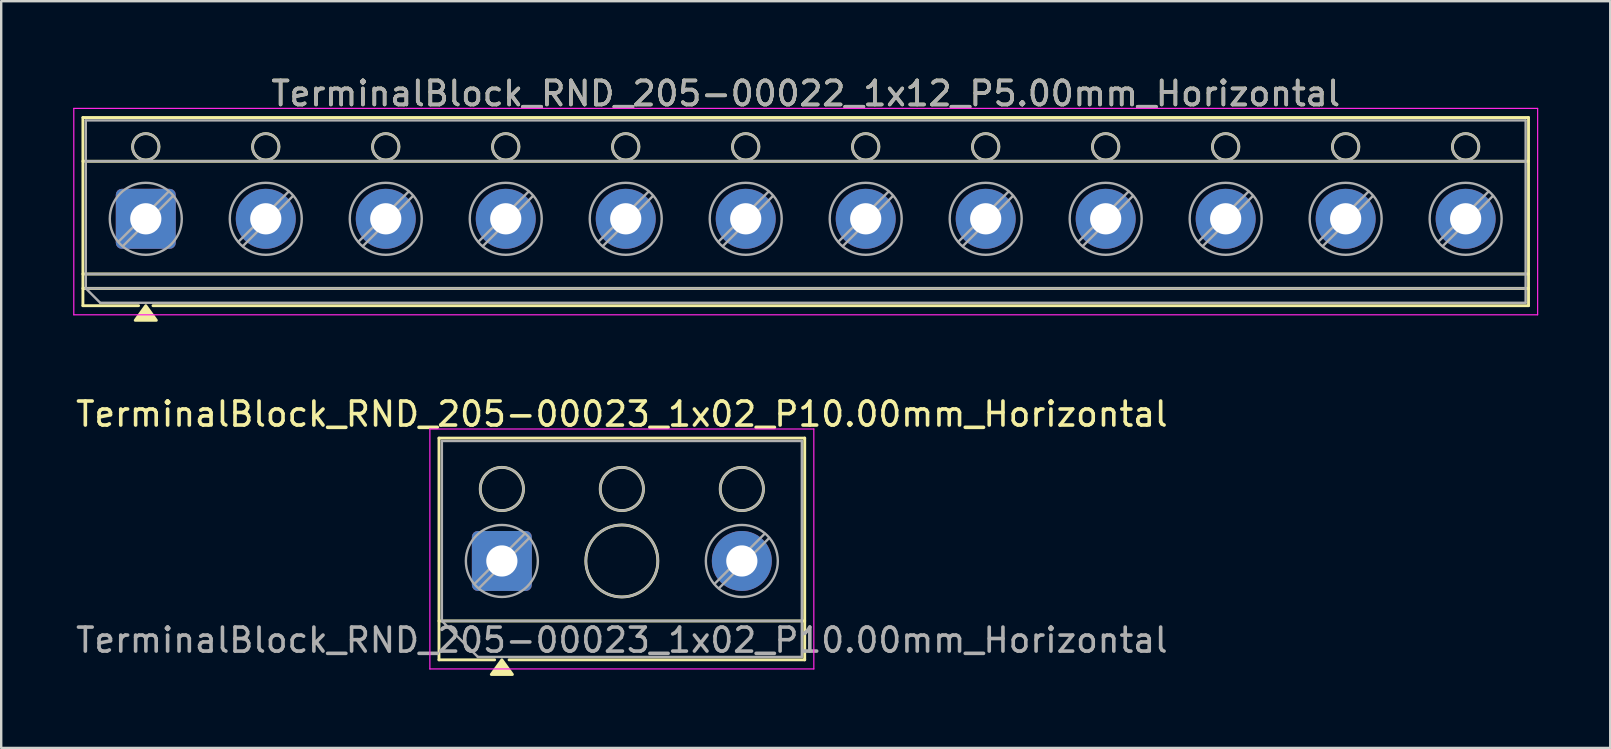
<source format=kicad_pcb>
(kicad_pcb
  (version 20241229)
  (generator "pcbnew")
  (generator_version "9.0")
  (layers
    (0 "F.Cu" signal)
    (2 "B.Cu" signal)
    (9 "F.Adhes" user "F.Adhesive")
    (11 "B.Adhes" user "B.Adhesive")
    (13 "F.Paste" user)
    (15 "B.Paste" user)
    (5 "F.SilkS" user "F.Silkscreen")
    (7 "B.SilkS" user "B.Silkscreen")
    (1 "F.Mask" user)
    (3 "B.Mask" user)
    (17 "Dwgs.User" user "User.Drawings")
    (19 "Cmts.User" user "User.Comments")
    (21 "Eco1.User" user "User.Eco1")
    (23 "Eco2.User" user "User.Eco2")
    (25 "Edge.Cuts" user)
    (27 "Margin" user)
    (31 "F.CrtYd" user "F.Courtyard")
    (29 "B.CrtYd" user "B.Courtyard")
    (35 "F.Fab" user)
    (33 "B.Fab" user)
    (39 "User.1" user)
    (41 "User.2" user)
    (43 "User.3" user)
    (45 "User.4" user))
  (footprint "TerminalBlock_RND_205-00023_1x02_P10.00mm_Horizontal"
    (layer "F.Cu")
    (at 17.863 20.326)
    (property "Reference" "TerminalBlock_RND_205-00023_1x02_P10.00mm_Horizontal" (at 5 -6.12 0) (layer "F.SilkS") (effects (font (size 1 1) (thickness 0.15))))
    (attr through_hole)
    (fp_line (start -2.62 -5.12) (end -2.62 4.12) (stroke (width 0.12) (type solid)) (layer "F.SilkS"))
    (fp_line (start -2.62 -5.12) (end 12.62 -5.12) (stroke (width 0.12) (type solid)) (layer "F.SilkS"))
    (fp_line (start -2.62 2.5) (end 12.62 2.5) (stroke (width 0.12) (type solid)) (layer "F.SilkS"))
    (fp_line (start -2.62 4.12) (end -0.3 4.12) (stroke (width 0.12) (type solid)) (layer "F.SilkS"))
    (fp_line (start 0.3 4.12) (end 12.62 4.12) (stroke (width 0.12) (type solid)) (layer "F.SilkS"))
    (fp_line (start 12.62 -5.12) (end 12.62 4.12) (stroke (width 0.12) (type solid)) (layer "F.SilkS"))
    (fp_circle (center 0 -3) (end 0.9 -3) (stroke (width 0.12) (type solid)) (fill no) (layer "F.SilkS"))
    (fp_circle (center 5 -3) (end 5.9 -3) (stroke (width 0.12) (type solid)) (fill no) (layer "F.SilkS"))
    (fp_circle (center 5 0) (end 6.5 0) (stroke (width 0.12) (type solid)) (fill no) (layer "F.SilkS"))
    (fp_circle (center 10 -3) (end 10.9 -3) (stroke (width 0.12) (type solid)) (fill no) (layer "F.SilkS"))
    (fp_poly (pts (xy 0 4.12) (xy 0.44 4.73) (xy -0.44 4.73)) (stroke (width 0.12) (type solid)) (fill yes) (layer "F.SilkS"))
    (fp_line (start -3 -5.5) (end -3 4.5) (stroke (width 0.05) (type solid)) (layer "F.CrtYd"))
    (fp_line (start -3 4.5) (end 13 4.5) (stroke (width 0.05) (type solid)) (layer "F.CrtYd"))
    (fp_line (start 13 -5.5) (end -3 -5.5) (stroke (width 0.05) (type solid)) (layer "F.CrtYd"))
    (fp_line (start 13 4.5) (end 13 -5.5) (stroke (width 0.05) (type solid)) (layer "F.CrtYd"))
    (fp_line (start -2.5 -5) (end 12.5 -5) (stroke (width 0.1) (type solid)) (layer "F.Fab"))
    (fp_line (start -2.5 2.5) (end -2.5 -5) (stroke (width 0.1) (type solid)) (layer "F.Fab"))
    (fp_line (start -2.5 2.5) (end 12.5 2.5) (stroke (width 0.1) (type solid)) (layer "F.Fab"))
    (fp_line (start -1 4) (end -2.5 2.5) (stroke (width 0.1) (type solid)) (layer "F.Fab"))
    (fp_line (start 0.955 -1.138) (end -1.138 0.955) (stroke (width 0.1) (type solid)) (layer "F.Fab"))
    (fp_line (start 1.138 -0.955) (end -0.955 1.138) (stroke (width 0.1) (type solid)) (layer "F.Fab"))
    (fp_line (start 10.955 -1.138) (end 8.862 0.955) (stroke (width 0.1) (type solid)) (layer "F.Fab"))
    (fp_line (start 11.138 -0.955) (end 9.045 1.138) (stroke (width 0.1) (type solid)) (layer "F.Fab"))
    (fp_line (start 12.5 -5) (end 12.5 4) (stroke (width 0.1) (type solid)) (layer "F.Fab"))
    (fp_line (start 12.5 4) (end -1 4) (stroke (width 0.1) (type solid)) (layer "F.Fab"))
    (fp_circle (center 0 -3) (end 0.9 -3) (stroke (width 0.1) (type solid)) (fill no) (layer "F.Fab"))
    (fp_circle (center 0 0) (end 1.5 0) (stroke (width 0.1) (type solid)) (fill no) (layer "F.Fab"))
    (fp_circle (center 5 -3) (end 5.9 -3) (stroke (width 0.1) (type solid)) (fill no) (layer "F.Fab"))
    (fp_circle (center 5 0) (end 6.5 0) (stroke (width 0.1) (type solid)) (fill no) (layer "F.Fab"))
    (fp_circle (center 10 -3) (end 10.9 -3) (stroke (width 0.1) (type solid)) (fill no) (layer "F.Fab"))
    (fp_circle (center 10 0) (end 11.5 0) (stroke (width 0.1) (type solid)) (fill no) (layer "F.Fab"))
    (fp_text user "${REFERENCE}" (at 5 3.3 0) (layer "F.Fab") (effects (font (size 1 1) (thickness 0.15))))
    (pad "1" thru_hole roundrect (at 0 0) (size 2.5 2.5) (drill 1.3) (layers "*.Cu" "*.Mask") (roundrect_rratio 0.1))
    (pad "2" thru_hole circle (at 10 0) (size 2.5 2.5) (drill 1.3) (layers "*.Cu" "*.Mask")))
  (footprint "TerminalBlock_RND_205-00022_1x12_P5.00mm_Horizontal"
    (layer "F.Cu")
    (at 3.025 6.068)
    (property "Reference" "TerminalBlock_RND_205-00022_1x12_P5.00mm_Horizontal" (at 27.5 -5.22 0) (layer "F.SilkS") (effects (font (size 1 1) (thickness 0.15))))
    (attr through_hole)
    (fp_line (start -2.62 -4.22) (end -2.62 3.62) (stroke (width 0.12) (type solid)) (layer "F.SilkS"))
    (fp_line (start -2.62 -4.22) (end 57.62 -4.22) (stroke (width 0.12) (type solid)) (layer "F.SilkS"))
    (fp_line (start -2.62 -2.4) (end 57.62 -2.4) (stroke (width 0.12) (type solid)) (layer "F.SilkS"))
    (fp_line (start -2.62 2.3) (end 57.62 2.3) (stroke (width 0.12) (type solid)) (layer "F.SilkS"))
    (fp_line (start -2.62 2.9) (end 57.62 2.9) (stroke (width 0.12) (type solid)) (layer "F.SilkS"))
    (fp_line (start -2.62 3.62) (end -0.3 3.62) (stroke (width 0.12) (type solid)) (layer "F.SilkS"))
    (fp_line (start 0.3 3.62) (end 57.62 3.62) (stroke (width 0.12) (type solid)) (layer "F.SilkS"))
    (fp_line (start 57.62 -4.22) (end 57.62 3.62) (stroke (width 0.12) (type solid)) (layer "F.SilkS"))
    (fp_circle (center 0 -3) (end 0.55 -3) (stroke (width 0.12) (type solid)) (fill no) (layer "F.SilkS"))
    (fp_circle (center 5 -3) (end 5.55 -3) (stroke (width 0.12) (type solid)) (fill no) (layer "F.SilkS"))
    (fp_circle (center 10 -3) (end 10.55 -3) (stroke (width 0.12) (type solid)) (fill no) (layer "F.SilkS"))
    (fp_circle (center 15 -3) (end 15.55 -3) (stroke (width 0.12) (type solid)) (fill no) (layer "F.SilkS"))
    (fp_circle (center 20 -3) (end 20.55 -3) (stroke (width 0.12) (type solid)) (fill no) (layer "F.SilkS"))
    (fp_circle (center 25 -3) (end 25.55 -3) (stroke (width 0.12) (type solid)) (fill no) (layer "F.SilkS"))
    (fp_circle (center 30 -3) (end 30.55 -3) (stroke (width 0.12) (type solid)) (fill no) (layer "F.SilkS"))
    (fp_circle (center 35 -3) (end 35.55 -3) (stroke (width 0.12) (type solid)) (fill no) (layer "F.SilkS"))
    (fp_circle (center 40 -3) (end 40.55 -3) (stroke (width 0.12) (type solid)) (fill no) (layer "F.SilkS"))
    (fp_circle (center 45 -3) (end 45.55 -3) (stroke (width 0.12) (type solid)) (fill no) (layer "F.SilkS"))
    (fp_circle (center 50 -3) (end 50.55 -3) (stroke (width 0.12) (type solid)) (fill no) (layer "F.SilkS"))
    (fp_circle (center 55 -3) (end 55.55 -3) (stroke (width 0.12) (type solid)) (fill no) (layer "F.SilkS"))
    (fp_poly (pts (xy 0 3.62) (xy 0.44 4.23) (xy -0.44 4.23)) (stroke (width 0.12) (type solid)) (fill yes) (layer "F.SilkS"))
    (fp_line (start -3 -4.6) (end -3 4) (stroke (width 0.05) (type solid)) (layer "F.CrtYd"))
    (fp_line (start -3 4) (end 58 4) (stroke (width 0.05) (type solid)) (layer "F.CrtYd"))
    (fp_line (start 58 -4.6) (end -3 -4.6) (stroke (width 0.05) (type solid)) (layer "F.CrtYd"))
    (fp_line (start 58 4) (end 58 -4.6) (stroke (width 0.05) (type solid)) (layer "F.CrtYd"))
    (fp_line (start -2.5 -4.1) (end 57.5 -4.1) (stroke (width 0.1) (type solid)) (layer "F.Fab"))
    (fp_line (start -2.5 -2.4) (end 57.5 -2.4) (stroke (width 0.1) (type solid)) (layer "F.Fab"))
    (fp_line (start -2.5 2.3) (end 57.5 2.3) (stroke (width 0.1) (type solid)) (layer "F.Fab"))
    (fp_line (start -2.5 2.9) (end -2.5 -4.1) (stroke (width 0.1) (type solid)) (layer "F.Fab"))
    (fp_line (start -2.5 2.9) (end 57.5 2.9) (stroke (width 0.1) (type solid)) (layer "F.Fab"))
    (fp_line (start -1.9 3.5) (end -2.5 2.9) (stroke (width 0.1) (type solid)) (layer "F.Fab"))
    (fp_line (start 0.955 -1.138) (end -1.138 0.955) (stroke (width 0.1) (type solid)) (layer "F.Fab"))
    (fp_line (start 1.138 -0.955) (end -0.955 1.138) (stroke (width 0.1) (type solid)) (layer "F.Fab"))
    (fp_line (start 5.955 -1.138) (end 3.862 0.955) (stroke (width 0.1) (type solid)) (layer "F.Fab"))
    (fp_line (start 6.138 -0.955) (end 4.045 1.138) (stroke (width 0.1) (type solid)) (layer "F.Fab"))
    (fp_line (start 10.955 -1.138) (end 8.862 0.955) (stroke (width 0.1) (type solid)) (layer "F.Fab"))
    (fp_line (start 11.138 -0.955) (end 9.045 1.138) (stroke (width 0.1) (type solid)) (layer "F.Fab"))
    (fp_line (start 15.955 -1.138) (end 13.862 0.955) (stroke (width 0.1) (type solid)) (layer "F.Fab"))
    (fp_line (start 16.138 -0.955) (end 14.045 1.138) (stroke (width 0.1) (type solid)) (layer "F.Fab"))
    (fp_line (start 20.955 -1.138) (end 18.862 0.955) (stroke (width 0.1) (type solid)) (layer "F.Fab"))
    (fp_line (start 21.138 -0.955) (end 19.045 1.138) (stroke (width 0.1) (type solid)) (layer "F.Fab"))
    (fp_line (start 25.955 -1.138) (end 23.862 0.955) (stroke (width 0.1) (type solid)) (layer "F.Fab"))
    (fp_line (start 26.138 -0.955) (end 24.045 1.138) (stroke (width 0.1) (type solid)) (layer "F.Fab"))
    (fp_line (start 30.955 -1.138) (end 28.862 0.955) (stroke (width 0.1) (type solid)) (layer "F.Fab"))
    (fp_line (start 31.138 -0.955) (end 29.045 1.138) (stroke (width 0.1) (type solid)) (layer "F.Fab"))
    (fp_line (start 35.955 -1.138) (end 33.862 0.955) (stroke (width 0.1) (type solid)) (layer "F.Fab"))
    (fp_line (start 36.138 -0.955) (end 34.045 1.138) (stroke (width 0.1) (type solid)) (layer "F.Fab"))
    (fp_line (start 40.955 -1.138) (end 38.862 0.955) (stroke (width 0.1) (type solid)) (layer "F.Fab"))
    (fp_line (start 41.138 -0.955) (end 39.045 1.138) (stroke (width 0.1) (type solid)) (layer "F.Fab"))
    (fp_line (start 45.955 -1.138) (end 43.862 0.955) (stroke (width 0.1) (type solid)) (layer "F.Fab"))
    (fp_line (start 46.138 -0.955) (end 44.045 1.138) (stroke (width 0.1) (type solid)) (layer "F.Fab"))
    (fp_line (start 50.955 -1.138) (end 48.862 0.955) (stroke (width 0.1) (type solid)) (layer "F.Fab"))
    (fp_line (start 51.138 -0.955) (end 49.045 1.138) (stroke (width 0.1) (type solid)) (layer "F.Fab"))
    (fp_line (start 55.955 -1.138) (end 53.862 0.955) (stroke (width 0.1) (type solid)) (layer "F.Fab"))
    (fp_line (start 56.138 -0.955) (end 54.045 1.138) (stroke (width 0.1) (type solid)) (layer "F.Fab"))
    (fp_line (start 57.5 -4.1) (end 57.5 3.5) (stroke (width 0.1) (type solid)) (layer "F.Fab"))
    (fp_line (start 57.5 3.5) (end -1.9 3.5) (stroke (width 0.1) (type solid)) (layer "F.Fab"))
    (fp_circle (center 0 -3) (end 0.55 -3) (stroke (width 0.1) (type solid)) (fill no) (layer "F.Fab"))
    (fp_circle (center 0 0) (end 1.5 0) (stroke (width 0.1) (type solid)) (fill no) (layer "F.Fab"))
    (fp_circle (center 5 -3) (end 5.55 -3) (stroke (width 0.1) (type solid)) (fill no) (layer "F.Fab"))
    (fp_circle (center 5 0) (end 6.5 0) (stroke (width 0.1) (type solid)) (fill no) (layer "F.Fab"))
    (fp_circle (center 10 -3) (end 10.55 -3) (stroke (width 0.1) (type solid)) (fill no) (layer "F.Fab"))
    (fp_circle (center 10 0) (end 11.5 0) (stroke (width 0.1) (type solid)) (fill no) (layer "F.Fab"))
    (fp_circle (center 15 -3) (end 15.55 -3) (stroke (width 0.1) (type solid)) (fill no) (layer "F.Fab"))
    (fp_circle (center 15 0) (end 16.5 0) (stroke (width 0.1) (type solid)) (fill no) (layer "F.Fab"))
    (fp_circle (center 20 -3) (end 20.55 -3) (stroke (width 0.1) (type solid)) (fill no) (layer "F.Fab"))
    (fp_circle (center 20 0) (end 21.5 0) (stroke (width 0.1) (type solid)) (fill no) (layer "F.Fab"))
    (fp_circle (center 25 -3) (end 25.55 -3) (stroke (width 0.1) (type solid)) (fill no) (layer "F.Fab"))
    (fp_circle (center 25 0) (end 26.5 0) (stroke (width 0.1) (type solid)) (fill no) (layer "F.Fab"))
    (fp_circle (center 30 -3) (end 30.55 -3) (stroke (width 0.1) (type solid)) (fill no) (layer "F.Fab"))
    (fp_circle (center 30 0) (end 31.5 0) (stroke (width 0.1) (type solid)) (fill no) (layer "F.Fab"))
    (fp_circle (center 35 -3) (end 35.55 -3) (stroke (width 0.1) (type solid)) (fill no) (layer "F.Fab"))
    (fp_circle (center 35 0) (end 36.5 0) (stroke (width 0.1) (type solid)) (fill no) (layer "F.Fab"))
    (fp_circle (center 40 -3) (end 40.55 -3) (stroke (width 0.1) (type solid)) (fill no) (layer "F.Fab"))
    (fp_circle (center 40 0) (end 41.5 0) (stroke (width 0.1) (type solid)) (fill no) (layer "F.Fab"))
    (fp_circle (center 45 -3) (end 45.55 -3) (stroke (width 0.1) (type solid)) (fill no) (layer "F.Fab"))
    (fp_circle (center 45 0) (end 46.5 0) (stroke (width 0.1) (type solid)) (fill no) (layer "F.Fab"))
    (fp_circle (center 50 -3) (end 50.55 -3) (stroke (width 0.1) (type solid)) (fill no) (layer "F.Fab"))
    (fp_circle (center 50 0) (end 51.5 0) (stroke (width 0.1) (type solid)) (fill no) (layer "F.Fab"))
    (fp_circle (center 55 -3) (end 55.55 -3) (stroke (width 0.1) (type solid)) (fill no) (layer "F.Fab"))
    (fp_circle (center 55 0) (end 56.5 0) (stroke (width 0.1) (type solid)) (fill no) (layer "F.Fab"))
    (fp_text user "${REFERENCE}" (at 27.5 -5.22 0) (layer "F.Fab") (effects (font (size 1 1) (thickness 0.15))))
    (pad "1" thru_hole roundrect (at 0 0) (size 2.5 2.5) (drill 1.3) (layers "*.Cu" "*.Mask") (roundrect_rratio 0.1))
    (pad "2" thru_hole circle (at 5 0) (size 2.5 2.5) (drill 1.3) (layers "*.Cu" "*.Mask"))
    (pad "3" thru_hole circle (at 10 0) (size 2.5 2.5) (drill 1.3) (layers "*.Cu" "*.Mask"))
    (pad "4" thru_hole circle (at 15 0) (size 2.5 2.5) (drill 1.3) (layers "*.Cu" "*.Mask"))
    (pad "5" thru_hole circle (at 20 0) (size 2.5 2.5) (drill 1.3) (layers "*.Cu" "*.Mask"))
    (pad "6" thru_hole circle (at 25 0) (size 2.5 2.5) (drill 1.3) (layers "*.Cu" "*.Mask"))
    (pad "7" thru_hole circle (at 30 0) (size 2.5 2.5) (drill 1.3) (layers "*.Cu" "*.Mask"))
    (pad "8" thru_hole circle (at 35 0) (size 2.5 2.5) (drill 1.3) (layers "*.Cu" "*.Mask"))
    (pad "9" thru_hole circle (at 40 0) (size 2.5 2.5) (drill 1.3) (layers "*.Cu" "*.Mask"))
    (pad "10" thru_hole circle (at 45 0) (size 2.5 2.5) (drill 1.3) (layers "*.Cu" "*.Mask"))
    (pad "11" thru_hole circle (at 50 0) (size 2.5 2.5) (drill 1.3) (layers "*.Cu" "*.Mask"))
    (pad "12" thru_hole circle (at 55 0) (size 2.5 2.5) (drill 1.3) (layers "*.Cu" "*.Mask")))
  (gr_rect
    (start -3 -3)
    (end 64.05 28.116)
    (stroke (width 0.1) (type default))
    (fill no)
    (layer "Edge.Cuts")))
</source>
